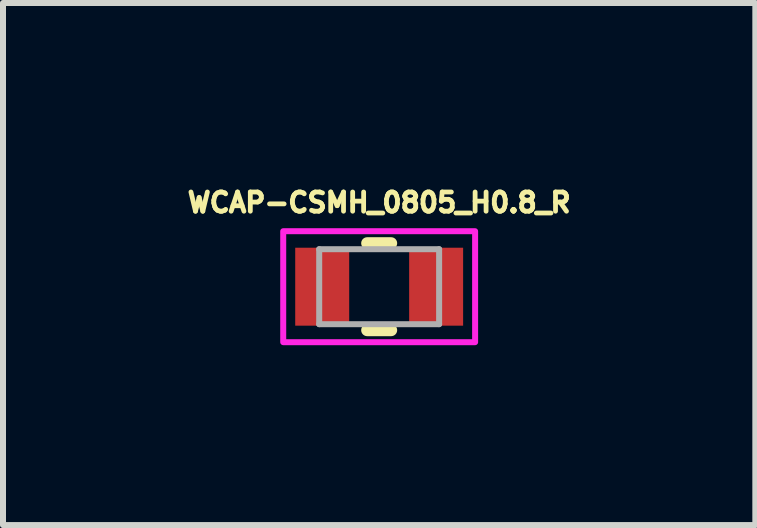
<source format=kicad_pcb>
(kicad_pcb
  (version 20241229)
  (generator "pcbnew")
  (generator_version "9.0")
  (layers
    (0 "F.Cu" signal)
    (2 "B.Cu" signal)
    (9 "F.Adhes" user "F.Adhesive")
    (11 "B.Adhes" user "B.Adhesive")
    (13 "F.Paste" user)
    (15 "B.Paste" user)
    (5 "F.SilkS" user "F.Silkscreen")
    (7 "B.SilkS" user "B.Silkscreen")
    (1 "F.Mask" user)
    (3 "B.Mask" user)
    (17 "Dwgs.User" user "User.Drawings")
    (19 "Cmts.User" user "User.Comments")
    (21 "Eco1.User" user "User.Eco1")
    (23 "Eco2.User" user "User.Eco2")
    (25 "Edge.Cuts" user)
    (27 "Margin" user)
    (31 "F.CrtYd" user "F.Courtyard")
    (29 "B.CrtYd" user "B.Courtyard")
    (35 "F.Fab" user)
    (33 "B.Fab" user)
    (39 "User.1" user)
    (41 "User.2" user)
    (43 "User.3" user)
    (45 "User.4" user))
  (footprint "WCAP-CSMH_0805_H0.8_R"
    (layer "F.Cu")
    (at 3.273 1.731)
    (property "Reference" "WCAP-CSMH_0805_H0.8_R" (at 0 -1.403 0) (layer "F.SilkS") (effects (font (size 0.32 0.32) (thickness 0.15))))
    (attr smd)
    (fp_line (start -0.2 -0.725) (end 0.2 -0.725) (stroke (width 0.2) (type solid)) (layer "F.SilkS"))
    (fp_line (start -0.2 0.725) (end 0.2 0.725) (stroke (width 0.2) (type solid)) (layer "F.SilkS"))
    (fp_poly (pts (xy -1.6 -0.925) (xy 1.6 -0.925) (xy 1.6 0.925) (xy -1.6 0.925)) (stroke (width 0.1) (type solid)) (fill no) (layer "F.CrtYd"))
    (fp_line (start -1 -0.625) (end -1 0.625) (stroke (width 0.1) (type solid)) (layer "F.Fab"))
    (fp_line (start -1 -0.625) (end 1 -0.625) (stroke (width 0.1) (type solid)) (layer "F.Fab"))
    (fp_line (start -1 0.625) (end 1 0.625) (stroke (width 0.1) (type solid)) (layer "F.Fab"))
    (fp_line (start 1 0.625) (end 1 -0.625) (stroke (width 0.1) (type solid)) (layer "F.Fab"))
    (pad "1" smd rect (at -0.95 0) (size 0.9 1.3) (layers "F.Cu" "F.Mask" "F.Paste"))
    (pad "2" smd rect (at 0.95 0) (size 0.9 1.3) (layers "F.Cu" "F.Mask" "F.Paste")))
  (gr_rect
    (start -3 -3)
    (end 9.546 5.706)
    (stroke (width 0.1) (type default))
    (fill no)
    (layer "Edge.Cuts")))
</source>
